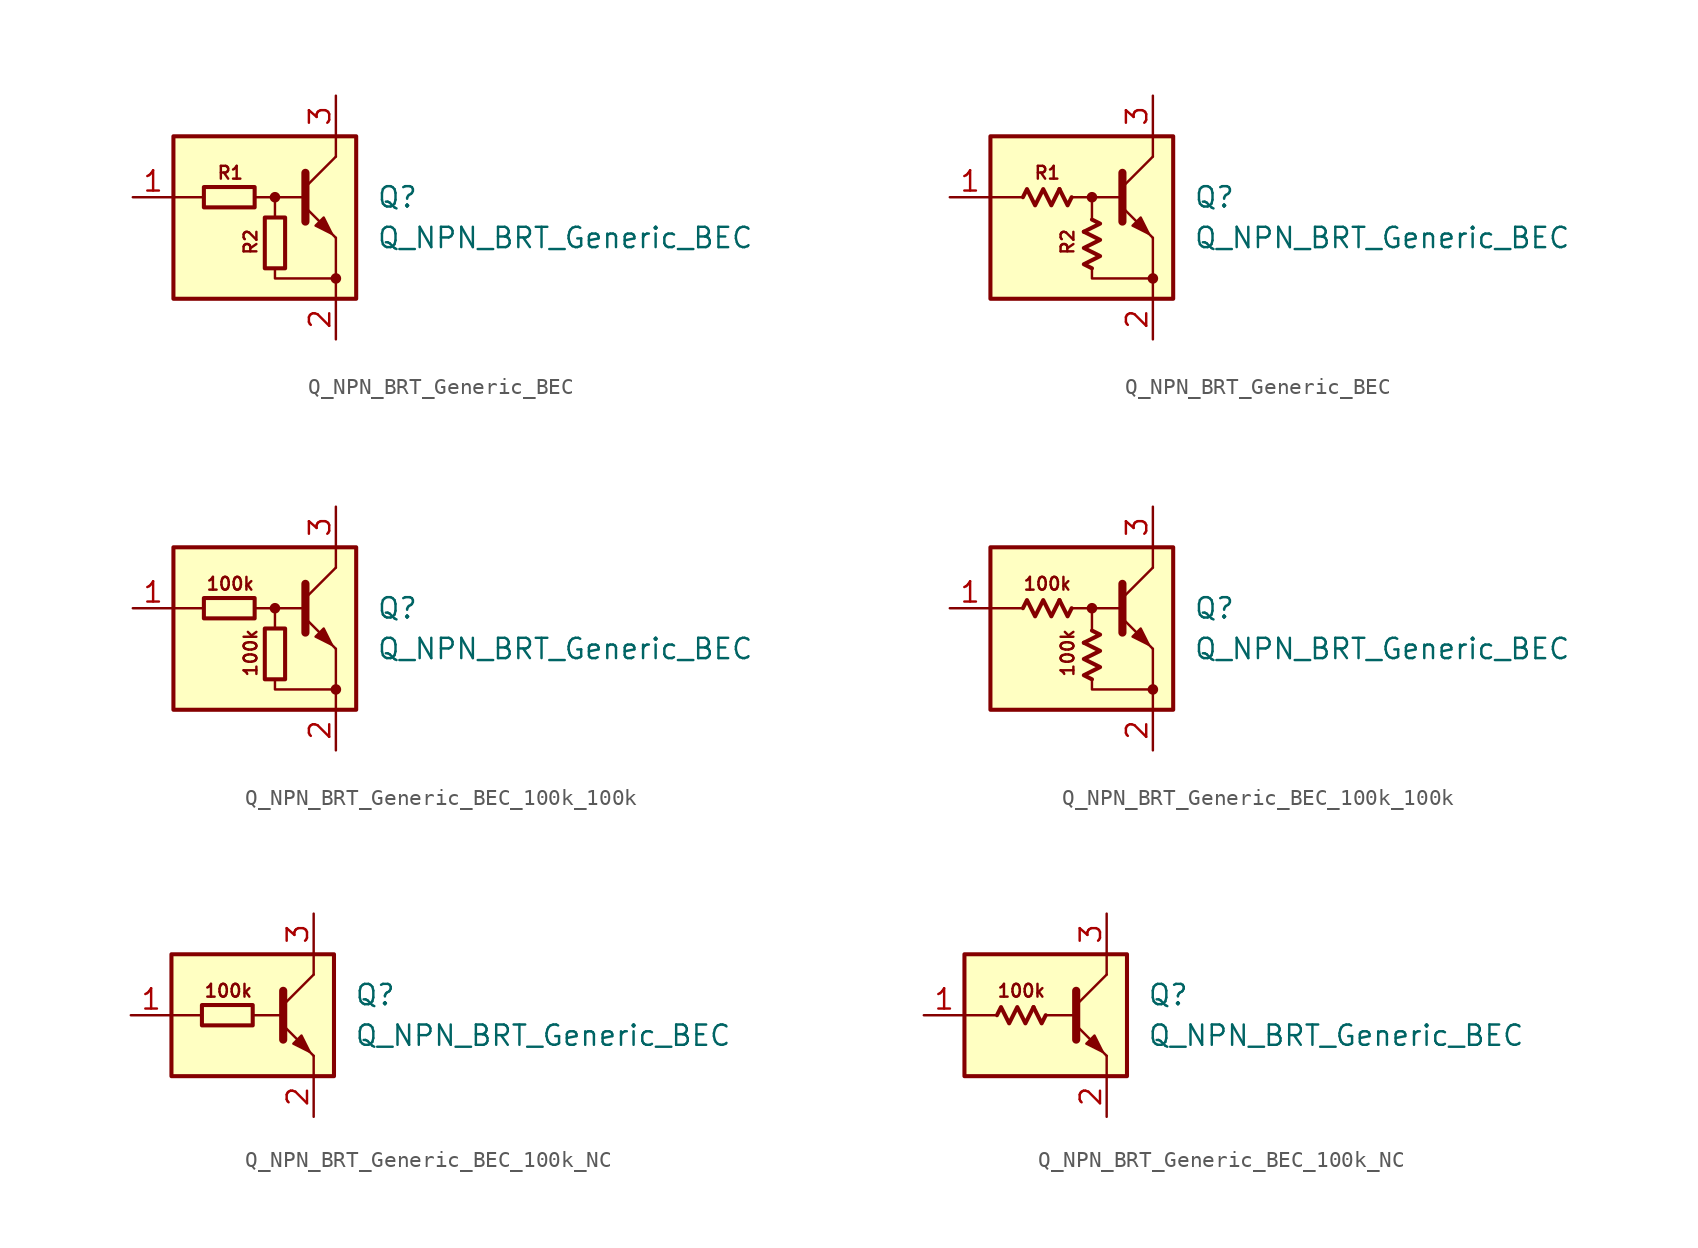
<source format=kicad_sym>
(kicad_symbol_lib
  (version 20220914)
  (generator kicad_symbol_editor)
  (symbol "Q_NPN_BRT_Generic_BEC"
    (pin_names hide)
    (property "Reference" "Q"
      (at 6.35 1.27 0)
      (effects (font (size 1.27 1.27)) (justify left)))
    (property "Value" "Q_NPN_BRT_Generic_BEC"
      (at 6.35 -1.27 0)
      (effects (font (size 1.27 1.27)) (justify left)))
    (symbol "Q_NPN_BRT_Generic_BEC_0_1"
      (rectangle (start -4.445 1.905) (end -1.27 0.635) (stroke (width 0.254) (type default)) (fill (type none)))
      (rectangle (start -0.635 0) (end 0.635 -3.175) (stroke (width 0.254) (type default)) (fill (type none))))
    (symbol "Q_NPN_BRT_Generic_BEC_0_2"
      (polyline (pts (xy -2.032 1.778) (xy -1.524 0.762) (xy -1.27 1.27)) (stroke (width 0.254) (type default)) (fill (type none)))
      (polyline (pts (xy -0.508 -0.889) (xy 0.508 -0.381) (xy 0 -0.127)) (stroke (width 0.254) (type default)) (fill (type none)))
      (polyline (pts (xy -4.318 1.27) (xy -4.064 1.778) (xy -3.556 0.762) (xy -3.048 1.778) (xy -2.54 0.762) (xy -2.032 1.778)) (stroke (width 0.254) (type default)) (fill (type none)))
      (polyline (pts (xy 0 -3.175) (xy -0.508 -2.921) (xy 0.508 -2.413) (xy -0.508 -1.905) (xy 0.508 -1.397) (xy -0.508 -0.889)) (stroke (width 0.254) (type default)) (fill (type none))))
    (symbol "Q_NPN_BRT_Generic_BEC_1_0"
      (rectangle (start -6.35 5.08) (end 5.08 -5.08) (stroke (width 0.254) (type default)) (fill (type background)))
      (polyline (pts (xy -4.445 1.27) (xy -6.35 1.27)) (stroke (width 0) (type default)) (fill (type none)))
      (polyline (pts (xy -0.254 1.27) (xy 1.905 1.27)) (stroke (width 0) (type default)) (fill (type none)))
      (polyline (pts (xy 1.905 1.905) (xy 3.81 3.81)) (stroke (width 0) (type default)) (fill (type none)))
      (polyline (pts (xy 1.905 2.794) (xy 1.905 -0.254)) (stroke (width 0.508) (type default)) (fill (type none)))
      (polyline (pts (xy 3.81 -3.81) (xy 3.81 -5.08)) (stroke (width 0) (type default)) (fill (type none)))
      (polyline (pts (xy 3.81 -3.81) (xy 3.81 -1.27)) (stroke (width 0) (type default)) (fill (type none)))
      (polyline (pts (xy 3.81 3.81) (xy 3.81 5.08)) (stroke (width 0) (type default)) (fill (type none)))
      (polyline (pts (xy -1.27 1.27) (xy 0 1.27) (xy 0 0)) (stroke (width 0) (type default)) (fill (type none)))
      (polyline (pts (xy 0 -3.175) (xy 0 -3.81) (xy 3.81 -3.81)) (stroke (width 0) (type default)) (fill (type none)))
      (polyline (pts (xy 1.905 0.635) (xy 3.81 -1.27) (xy 3.81 -1.27)) (stroke (width 0) (type default)) (fill (type none)))
      (polyline (pts (xy 2.54 -0.508) (xy 3.048 0) (xy 3.556 -1.016) (xy 2.54 -0.508) (xy 2.54 -0.508)) (stroke (width 0) (type default)) (fill (type outline)))
      (circle (center 0 1.27) (radius 0.254) (stroke (width 0) (type default)) (fill (type outline)))
      (circle (center 3.81 -3.81) (radius 0.254) (stroke (width 0) (type default)) (fill (type outline)))
      (text "R1" (at -2.794 2.794 0) (effects (font (size 0.8 0.8))))
      (text "R2" (at -1.524 -1.524 900) (effects (font (size 0.8 0.8)))))
    (symbol "Q_NPN_BRT_Generic_BEC_1_1"
      (pin input line (at -8.89 1.27 0) (length 2.54) (name "B" (effects (font (size 1.27 1.27)))) (number "1" (effects (font (size 1.27 1.27)))))
      (pin passive line (at 3.81 -7.62 90) (length 2.54) (name "E" (effects (font (size 1.27 1.27)))) (number "2" (effects (font (size 1.27 1.27)))))
      (pin passive line (at 3.81 7.62 270) (length 2.54) (name "C" (effects (font (size 1.27 1.27)))) (number "3" (effects (font (size 1.27 1.27))))))
    (symbol "Q_NPN_BRT_Generic_BEC_1_2"
      (pin input line (at -8.89 1.27 0) (length 2.54) (name "B" (effects (font (size 1.27 1.27)))) (number "1" (effects (font (size 1.27 1.27)))))
      (pin passive line (at 3.81 -7.62 90) (length 2.54) (name "E" (effects (font (size 1.27 1.27)))) (number "2" (effects (font (size 1.27 1.27)))))
      (pin passive line (at 3.81 7.62 270) (length 2.54) (name "C" (effects (font (size 1.27 1.27)))) (number "3" (effects (font (size 1.27 1.27)))))))
  (symbol "Q_NPN_BRT_Generic_BEC_100k_100k"
    (pin_names hide)
    (property "Reference" "Q"
      (at 6.35 1.27 0)
      (effects (font (size 1.27 1.27)) (justify left)))
    (property "Value" "Q_NPN_BRT_Generic_BEC"
      (at 6.35 -1.27 0)
      (effects (font (size 1.27 1.27)) (justify left)))
    (symbol "Q_NPN_BRT_Generic_BEC_100k_100k_0_1"
      (rectangle (start -4.445 1.905) (end -1.27 0.635) (stroke (width 0.254) (type default)) (fill (type none)))
      (rectangle (start -0.635 0) (end 0.635 -3.175) (stroke (width 0.254) (type default)) (fill (type none))))
    (symbol "Q_NPN_BRT_Generic_BEC_100k_100k_0_2"
      (polyline (pts (xy -2.032 1.778) (xy -1.524 0.762) (xy -1.27 1.27)) (stroke (width 0.254) (type default)) (fill (type none)))
      (polyline (pts (xy -0.508 -0.889) (xy 0.508 -0.381) (xy 0 -0.127)) (stroke (width 0.254) (type default)) (fill (type none)))
      (polyline (pts (xy -4.318 1.27) (xy -4.064 1.778) (xy -3.556 0.762) (xy -3.048 1.778) (xy -2.54 0.762) (xy -2.032 1.778)) (stroke (width 0.254) (type default)) (fill (type none)))
      (polyline (pts (xy 0 -3.175) (xy -0.508 -2.921) (xy 0.508 -2.413) (xy -0.508 -1.905) (xy 0.508 -1.397) (xy -0.508 -0.889)) (stroke (width 0.254) (type default)) (fill (type none))))
    (symbol "Q_NPN_BRT_Generic_BEC_100k_100k_1_0"
      (rectangle (start -6.35 5.08) (end 5.08 -5.08) (stroke (width 0.254) (type default)) (fill (type background)))
      (polyline (pts (xy -4.445 1.27) (xy -6.35 1.27)) (stroke (width 0) (type default)) (fill (type none)))
      (polyline (pts (xy -0.254 1.27) (xy 1.905 1.27)) (stroke (width 0) (type default)) (fill (type none)))
      (polyline (pts (xy 1.905 1.905) (xy 3.81 3.81)) (stroke (width 0) (type default)) (fill (type none)))
      (polyline (pts (xy 1.905 2.794) (xy 1.905 -0.254)) (stroke (width 0.508) (type default)) (fill (type none)))
      (polyline (pts (xy 3.81 -3.81) (xy 3.81 -5.08)) (stroke (width 0) (type default)) (fill (type none)))
      (polyline (pts (xy 3.81 -3.81) (xy 3.81 -1.27)) (stroke (width 0) (type default)) (fill (type none)))
      (polyline (pts (xy 3.81 3.81) (xy 3.81 5.08)) (stroke (width 0) (type default)) (fill (type none)))
      (polyline (pts (xy -1.27 1.27) (xy 0 1.27) (xy 0 0)) (stroke (width 0) (type default)) (fill (type none)))
      (polyline (pts (xy 0 -3.175) (xy 0 -3.81) (xy 3.81 -3.81)) (stroke (width 0) (type default)) (fill (type none)))
      (polyline (pts (xy 1.905 0.635) (xy 3.81 -1.27) (xy 3.81 -1.27)) (stroke (width 0) (type default)) (fill (type none)))
      (polyline (pts (xy 2.54 -0.508) (xy 3.048 0) (xy 3.556 -1.016) (xy 2.54 -0.508) (xy 2.54 -0.508)) (stroke (width 0) (type default)) (fill (type outline)))
      (circle (center 0 1.27) (radius 0.254) (stroke (width 0) (type default)) (fill (type outline)))
      (circle (center 3.81 -3.81) (radius 0.254) (stroke (width 0) (type default)) (fill (type outline)))
      (text "100k" (at -2.794 2.794 0) (effects (font (size 0.8 0.8))))
      (text "100k" (at -1.524 -1.524 900) (effects (font (size 0.8 0.8)))))
    (symbol "Q_NPN_BRT_Generic_BEC_100k_100k_1_1"
      (pin input line (at -8.89 1.27 0) (length 2.54) (name "B" (effects (font (size 1.27 1.27)))) (number "1" (effects (font (size 1.27 1.27)))))
      (pin passive line (at 3.81 -7.62 90) (length 2.54) (name "E" (effects (font (size 1.27 1.27)))) (number "2" (effects (font (size 1.27 1.27)))))
      (pin passive line (at 3.81 7.62 270) (length 2.54) (name "C" (effects (font (size 1.27 1.27)))) (number "3" (effects (font (size 1.27 1.27))))))
    (symbol "Q_NPN_BRT_Generic_BEC_100k_100k_1_2"
      (pin input line (at -8.89 1.27 0) (length 2.54) (name "B" (effects (font (size 1.27 1.27)))) (number "1" (effects (font (size 1.27 1.27)))))
      (pin passive line (at 3.81 -7.62 90) (length 2.54) (name "E" (effects (font (size 1.27 1.27)))) (number "2" (effects (font (size 1.27 1.27)))))
      (pin passive line (at 3.81 7.62 270) (length 2.54) (name "C" (effects (font (size 1.27 1.27)))) (number "3" (effects (font (size 1.27 1.27)))))))
  (symbol "Q_NPN_BRT_Generic_BEC_100k_NC"
    (pin_names hide)
    (property "Reference" "Q"
      (at 6.35 1.27 0)
      (effects (font (size 1.27 1.27)) (justify left)))
    (property "Value" "Q_NPN_BRT_Generic_BEC"
      (at 6.35 -1.27 0)
      (effects (font (size 1.27 1.27)) (justify left)))
    (symbol "Q_NPN_BRT_Generic_BEC_100k_NC_0_1"
      (rectangle (start -3.175 0.635) (end 0 -0.635) (stroke (width 0.254) (type default)) (fill (type none))))
    (symbol "Q_NPN_BRT_Generic_BEC_100k_NC_0_2"
      (polyline (pts (xy -0.762 0.508) (xy -0.254 -0.508) (xy 0 0)) (stroke (width 0.254) (type default)) (fill (type none)))
      (polyline (pts (xy -3.048 0) (xy -2.794 0.508) (xy -2.286 -0.508) (xy -1.778 0.508) (xy -1.27 -0.508) (xy -0.762 0.508)) (stroke (width 0.254) (type default)) (fill (type none))))
    (symbol "Q_NPN_BRT_Generic_BEC_100k_NC_1_0"
      (rectangle (start -5.08 3.81) (end 5.08 -3.81) (stroke (width 0.254) (type default)) (fill (type background)))
      (polyline (pts (xy -3.175 0) (xy -5.08 0)) (stroke (width 0) (type default)) (fill (type none)))
      (polyline (pts (xy 0 0) (xy 1.905 0)) (stroke (width 0) (type default)) (fill (type none)))
      (polyline (pts (xy 1.905 0.635) (xy 3.81 2.54)) (stroke (width 0) (type default)) (fill (type none)))
      (polyline (pts (xy 1.905 1.524) (xy 1.905 -1.524)) (stroke (width 0.508) (type default)) (fill (type none)))
      (polyline (pts (xy 3.81 -2.54) (xy 3.81 -3.81)) (stroke (width 0) (type default)) (fill (type none)))
      (polyline (pts (xy 3.81 2.54) (xy 3.81 3.81)) (stroke (width 0) (type default)) (fill (type none)))
      (polyline (pts (xy 1.905 -0.635) (xy 3.81 -2.54) (xy 3.81 -2.54)) (stroke (width 0) (type default)) (fill (type none)))
      (polyline (pts (xy 2.54 -1.778) (xy 3.048 -1.27) (xy 3.556 -2.286) (xy 2.54 -1.778) (xy 2.54 -1.778)) (stroke (width 0) (type default)) (fill (type outline)))
      (text "100k" (at -1.524 1.524 0) (effects (font (size 0.8 0.8)))))
    (symbol "Q_NPN_BRT_Generic_BEC_100k_NC_1_1"
      (pin input line (at -7.62 0 0) (length 2.54) (name "B" (effects (font (size 1.27 1.27)))) (number "1" (effects (font (size 1.27 1.27)))))
      (pin passive line (at 3.81 -6.35 90) (length 2.54) (name "E" (effects (font (size 1.27 1.27)))) (number "2" (effects (font (size 1.27 1.27)))))
      (pin passive line (at 3.81 6.35 270) (length 2.54) (name "C" (effects (font (size 1.27 1.27)))) (number "3" (effects (font (size 1.27 1.27))))))
    (symbol "Q_NPN_BRT_Generic_BEC_100k_NC_1_2"
      (pin input line (at -7.62 0 0) (length 2.54) (name "B" (effects (font (size 1.27 1.27)))) (number "1" (effects (font (size 1.27 1.27)))))
      (pin passive line (at 3.81 -6.35 90) (length 2.54) (name "E" (effects (font (size 1.27 1.27)))) (number "2" (effects (font (size 1.27 1.27)))))
      (pin passive line (at 3.81 6.35 270) (length 2.54) (name "C" (effects (font (size 1.27 1.27)))) (number "3" (effects (font (size 1.27 1.27))))))))
</source>
